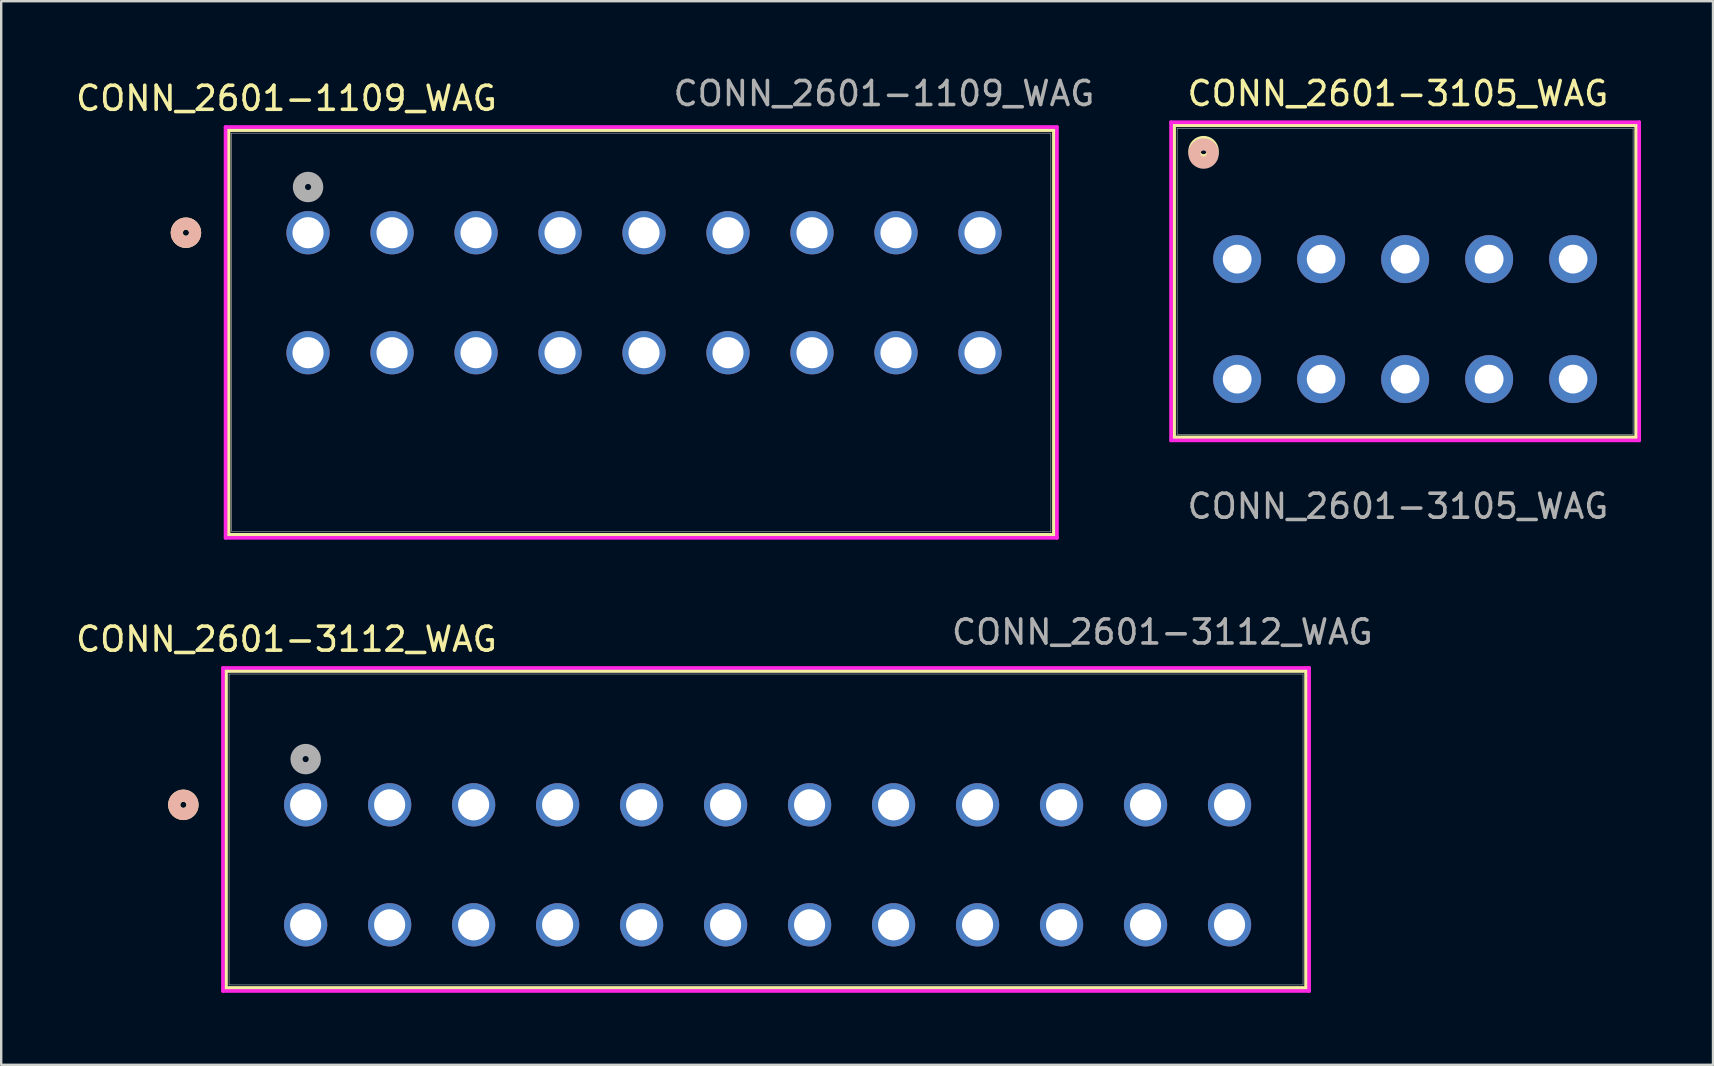
<source format=kicad_pcb>
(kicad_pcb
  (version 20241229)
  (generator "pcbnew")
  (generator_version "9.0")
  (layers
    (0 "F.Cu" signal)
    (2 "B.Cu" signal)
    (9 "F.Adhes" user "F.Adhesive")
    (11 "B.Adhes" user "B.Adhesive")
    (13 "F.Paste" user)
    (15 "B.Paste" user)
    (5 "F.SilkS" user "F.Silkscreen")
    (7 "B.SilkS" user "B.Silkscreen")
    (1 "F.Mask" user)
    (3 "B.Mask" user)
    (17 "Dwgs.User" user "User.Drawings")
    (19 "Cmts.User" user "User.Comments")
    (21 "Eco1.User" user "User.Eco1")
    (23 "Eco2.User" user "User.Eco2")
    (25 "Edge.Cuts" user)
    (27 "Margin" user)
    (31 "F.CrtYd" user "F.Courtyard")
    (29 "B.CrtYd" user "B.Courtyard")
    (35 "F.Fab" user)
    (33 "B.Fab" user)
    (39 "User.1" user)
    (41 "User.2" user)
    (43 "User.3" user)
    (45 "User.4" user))
  (footprint "CONN_2601-3112_WAG"
    (layer "F.Cu")
    (at 9.687 30.488)
    (property "Reference" "CONN_2601-3112_WAG" (at -0.8 -6.9 0) (unlocked yes) (layer "F.SilkS") (effects (font (size 1 1) (thickness 0.15))))
    (attr through_hole)
    (fp_line (start -3.319 -5.577) (end -3.319 7.631) (stroke (width 0.152) (type solid)) (layer "F.SilkS"))
    (fp_line (start -3.319 7.631) (end 41.689 7.631) (stroke (width 0.152) (type solid)) (layer "F.SilkS"))
    (fp_line (start 41.689 -5.577) (end -3.319 -5.577) (stroke (width 0.152) (type solid)) (layer "F.SilkS"))
    (fp_line (start 41.689 7.631) (end 41.689 -5.577) (stroke (width 0.152) (type solid)) (layer "F.SilkS"))
    (fp_circle (center -5.097 0) (end -4.716 0) (stroke (width 0.508) (type solid)) (fill no) (layer "F.SilkS"))
    (fp_circle (center -5.097 0) (end -4.716 0) (stroke (width 0.508) (type solid)) (fill no) (layer "B.SilkS"))
    (fp_line (start -3.446 -5.704) (end -3.446 7.758) (stroke (width 0.152) (type solid)) (layer "F.CrtYd"))
    (fp_line (start -3.446 7.758) (end 41.816 7.758) (stroke (width 0.152) (type solid)) (layer "F.CrtYd"))
    (fp_line (start 41.816 -5.704) (end -3.446 -5.704) (stroke (width 0.152) (type solid)) (layer "F.CrtYd"))
    (fp_line (start 41.816 7.758) (end 41.816 -5.704) (stroke (width 0.152) (type solid)) (layer "F.CrtYd"))
    (fp_line (start -3.192 -5.45) (end -3.192 7.504) (stroke (width 0.025) (type solid)) (layer "F.Fab"))
    (fp_line (start -3.192 7.504) (end 41.562 7.504) (stroke (width 0.025) (type solid)) (layer "F.Fab"))
    (fp_line (start 41.562 -5.45) (end -3.192 -5.45) (stroke (width 0.025) (type solid)) (layer "F.Fab"))
    (fp_line (start 41.562 7.504) (end 41.562 -5.45) (stroke (width 0.025) (type solid)) (layer "F.Fab"))
    (fp_circle (center 0 -1.905) (end 0.381 -1.905) (stroke (width 0.508) (type solid)) (fill no) (layer "F.Fab"))
    (fp_text user "${REFERENCE}" (at 35.7 -7.2 0) (unlocked yes) (layer "F.Fab") (effects (font (size 1 1) (thickness 0.15))))
    (pad "1_1" thru_hole circle (at 0.000001 0) (size 1.803 1.803) (drill 1.295) (layers "*.Cu" "*.Mask"))
    (pad "1_2" thru_hole circle (at 0.000001 5) (size 1.803 1.803) (drill 1.295) (layers "*.Cu" "*.Mask"))
    (pad "2_1" thru_hole circle (at 3.5 0) (size 1.803 1.803) (drill 1.295) (layers "*.Cu" "*.Mask"))
    (pad "2_2" thru_hole circle (at 3.5 5) (size 1.803 1.803) (drill 1.295) (layers "*.Cu" "*.Mask"))
    (pad "3_1" thru_hole circle (at 7 0) (size 1.803 1.803) (drill 1.295) (layers "*.Cu" "*.Mask"))
    (pad "3_2" thru_hole circle (at 7 5) (size 1.803 1.803) (drill 1.295) (layers "*.Cu" "*.Mask"))
    (pad "4_1" thru_hole circle (at 10.5 0) (size 1.803 1.803) (drill 1.295) (layers "*.Cu" "*.Mask"))
    (pad "4_2" thru_hole circle (at 10.5 5) (size 1.803 1.803) (drill 1.295) (layers "*.Cu" "*.Mask"))
    (pad "5_1" thru_hole circle (at 14 0) (size 1.803 1.803) (drill 1.295) (layers "*.Cu" "*.Mask"))
    (pad "5_2" thru_hole circle (at 14 5) (size 1.803 1.803) (drill 1.295) (layers "*.Cu" "*.Mask"))
    (pad "6_1" thru_hole circle (at 17.5 0) (size 1.803 1.803) (drill 1.295) (layers "*.Cu" "*.Mask"))
    (pad "6_2" thru_hole circle (at 17.5 5) (size 1.803 1.803) (drill 1.295) (layers "*.Cu" "*.Mask"))
    (pad "7_1" thru_hole circle (at 21 0) (size 1.803 1.803) (drill 1.295) (layers "*.Cu" "*.Mask"))
    (pad "7_2" thru_hole circle (at 21 5) (size 1.803 1.803) (drill 1.295) (layers "*.Cu" "*.Mask"))
    (pad "8_1" thru_hole circle (at 24.5 0) (size 1.803 1.803) (drill 1.295) (layers "*.Cu" "*.Mask"))
    (pad "8_2" thru_hole circle (at 24.5 5) (size 1.803 1.803) (drill 1.295) (layers "*.Cu" "*.Mask"))
    (pad "9_1" thru_hole circle (at 28 0) (size 1.803 1.803) (drill 1.295) (layers "*.Cu" "*.Mask"))
    (pad "9_2" thru_hole circle (at 28 5) (size 1.803 1.803) (drill 1.295) (layers "*.Cu" "*.Mask"))
    (pad "10_1" thru_hole circle (at 31.5 0) (size 1.803 1.803) (drill 1.295) (layers "*.Cu" "*.Mask"))
    (pad "10_2" thru_hole circle (at 31.5 5) (size 1.803 1.803) (drill 1.295) (layers "*.Cu" "*.Mask"))
    (pad "11_1" thru_hole circle (at 35 0) (size 1.803 1.803) (drill 1.295) (layers "*.Cu" "*.Mask"))
    (pad "11_2" thru_hole circle (at 35 5) (size 1.803 1.803) (drill 1.295) (layers "*.Cu" "*.Mask"))
    (pad "12_1" thru_hole circle (at 38.5 0) (size 1.803 1.803) (drill 1.295) (layers "*.Cu" "*.Mask"))
    (pad "12_2" thru_hole circle (at 38.5 5) (size 1.803 1.803) (drill 1.295) (layers "*.Cu" "*.Mask")))
  (footprint "CONN_2601-1109_WAG"
    (layer "F.Cu")
    (at 9.787 6.648)
    (property "Reference" "CONN_2601-1109_WAG" (at -0.9 -5.6 0) (unlocked yes) (layer "F.SilkS") (effects (font (size 1 1) (thickness 0.15))))
    (attr through_hole)
    (fp_line (start -3.311 -4.277) (end -3.311 12.589) (stroke (width 0.152) (type solid)) (layer "F.SilkS"))
    (fp_line (start -3.311 12.589) (end 31.081 12.589) (stroke (width 0.152) (type solid)) (layer "F.SilkS"))
    (fp_line (start 31.081 -4.277) (end -3.311 -4.277) (stroke (width 0.152) (type solid)) (layer "F.SilkS"))
    (fp_line (start 31.081 12.589) (end 31.081 -4.277) (stroke (width 0.152) (type solid)) (layer "F.SilkS"))
    (fp_circle (center -5.089 0) (end -4.708 0) (stroke (width 0.508) (type solid)) (fill no) (layer "F.SilkS"))
    (fp_circle (center -5.089 0) (end -4.708 0) (stroke (width 0.508) (type solid)) (fill no) (layer "B.SilkS"))
    (fp_line (start -3.438 -4.404) (end -3.438 12.716) (stroke (width 0.152) (type solid)) (layer "F.CrtYd"))
    (fp_line (start -3.438 12.716) (end 31.208 12.716) (stroke (width 0.152) (type solid)) (layer "F.CrtYd"))
    (fp_line (start 31.208 -4.404) (end -3.438 -4.404) (stroke (width 0.152) (type solid)) (layer "F.CrtYd"))
    (fp_line (start 31.208 12.716) (end 31.208 -4.404) (stroke (width 0.152) (type solid)) (layer "F.CrtYd"))
    (fp_line (start -3.184 -4.15) (end -3.184 12.462) (stroke (width 0.025) (type solid)) (layer "F.Fab"))
    (fp_line (start -3.184 12.462) (end 30.954 12.462) (stroke (width 0.025) (type solid)) (layer "F.Fab"))
    (fp_line (start 30.954 -4.15) (end -3.184 -4.15) (stroke (width 0.025) (type solid)) (layer "F.Fab"))
    (fp_line (start 30.954 12.462) (end 30.954 -4.15) (stroke (width 0.025) (type solid)) (layer "F.Fab"))
    (fp_circle (center 0 -1.905) (end 0.381 -1.905) (stroke (width 0.508) (type solid)) (fill no) (layer "F.Fab"))
    (fp_text user "${REFERENCE}" (at 24 -5.8 0) (unlocked yes) (layer "F.Fab") (effects (font (size 1 1) (thickness 0.15))))
    (pad "1_1" thru_hole circle (at -0.000002 0) (size 1.803 1.803) (drill 1.295) (layers "*.Cu" "*.Mask"))
    (pad "1_2" thru_hole circle (at -0.000002 5) (size 1.803 1.803) (drill 1.295) (layers "*.Cu" "*.Mask"))
    (pad "2_1" thru_hole circle (at 3.5 0) (size 1.803 1.803) (drill 1.295) (layers "*.Cu" "*.Mask"))
    (pad "2_2" thru_hole circle (at 3.5 5) (size 1.803 1.803) (drill 1.295) (layers "*.Cu" "*.Mask"))
    (pad "3_1" thru_hole circle (at 7 0) (size 1.803 1.803) (drill 1.295) (layers "*.Cu" "*.Mask"))
    (pad "3_2" thru_hole circle (at 7 5) (size 1.803 1.803) (drill 1.295) (layers "*.Cu" "*.Mask"))
    (pad "4_1" thru_hole circle (at 10.5 0) (size 1.803 1.803) (drill 1.295) (layers "*.Cu" "*.Mask"))
    (pad "4_2" thru_hole circle (at 10.5 5) (size 1.803 1.803) (drill 1.295) (layers "*.Cu" "*.Mask"))
    (pad "5_1" thru_hole circle (at 14 0) (size 1.803 1.803) (drill 1.295) (layers "*.Cu" "*.Mask"))
    (pad "5_2" thru_hole circle (at 14 5) (size 1.803 1.803) (drill 1.295) (layers "*.Cu" "*.Mask"))
    (pad "6_1" thru_hole circle (at 17.5 0) (size 1.803 1.803) (drill 1.295) (layers "*.Cu" "*.Mask"))
    (pad "6_2" thru_hole circle (at 17.5 5) (size 1.803 1.803) (drill 1.295) (layers "*.Cu" "*.Mask"))
    (pad "7_1" thru_hole circle (at 21 0) (size 1.803 1.803) (drill 1.295) (layers "*.Cu" "*.Mask"))
    (pad "7_2" thru_hole circle (at 21 5) (size 1.803 1.803) (drill 1.295) (layers "*.Cu" "*.Mask"))
    (pad "8_1" thru_hole circle (at 24.5 0) (size 1.803 1.803) (drill 1.295) (layers "*.Cu" "*.Mask"))
    (pad "8_2" thru_hole circle (at 24.5 5) (size 1.803 1.803) (drill 1.295) (layers "*.Cu" "*.Mask"))
    (pad "9_1" thru_hole circle (at 28 0) (size 1.803 1.803) (drill 1.295) (layers "*.Cu" "*.Mask"))
    (pad "9_2" thru_hole circle (at 28 5) (size 1.803 1.803) (drill 1.295) (layers "*.Cu" "*.Mask")))
  (footprint "CONN_2601-3105_WAG"
    (layer "F.Cu")
    (at 55.204 10.248)
    (property "Reference" "CONN_2601-3105_WAG" (at -0.000001 -9.4 0) (unlocked yes) (layer "F.SilkS") (effects (font (size 1 1) (thickness 0.15))))
    (attr through_hole)
    (fp_line (start -9.327 -8.078) (end -9.327 4.927) (stroke (width 0.152) (type solid)) (layer "F.SilkS"))
    (fp_line (start -9.327 4.927) (end 9.927 4.927) (stroke (width 0.152) (type solid)) (layer "F.SilkS"))
    (fp_line (start 9.927 -8.078) (end -9.327 -8.078) (stroke (width 0.152) (type solid)) (layer "F.SilkS"))
    (fp_line (start 9.927 4.927) (end 9.927 -8.078) (stroke (width 0.152) (type solid)) (layer "F.SilkS"))
    (fp_circle (center -8.1 -7) (end -7.719 -7) (stroke (width 0.508) (type solid)) (fill no) (layer "F.SilkS"))
    (fp_circle (center -8.1 -6.9) (end -7.719 -6.9) (stroke (width 0.508) (type solid)) (fill no) (layer "B.SilkS"))
    (fp_line (start -9.454 -8.205) (end -9.454 5.054) (stroke (width 0.152) (type solid)) (layer "F.CrtYd"))
    (fp_line (start -9.454 5.054) (end 10.054 5.054) (stroke (width 0.152) (type solid)) (layer "F.CrtYd"))
    (fp_line (start 10.054 -8.205) (end -9.454 -8.205) (stroke (width 0.152) (type solid)) (layer "F.CrtYd"))
    (fp_line (start 10.054 5.054) (end 10.054 -8.205) (stroke (width 0.152) (type solid)) (layer "F.CrtYd"))
    (fp_line (start -9.2 -7.951) (end -9.2 4.8) (stroke (width 0.025) (type solid)) (layer "F.Fab"))
    (fp_line (start -9.2 4.8) (end 9.8 4.8) (stroke (width 0.025) (type solid)) (layer "F.Fab"))
    (fp_line (start 9.8 -7.951) (end -9.2 -7.951) (stroke (width 0.025) (type solid)) (layer "F.Fab"))
    (fp_line (start 9.8 4.8) (end 9.8 -7.951) (stroke (width 0.025) (type solid)) (layer "F.Fab"))
    (fp_text user "${REFERENCE}" (at -0.000001 7.8 0) (unlocked yes) (layer "F.Fab") (effects (font (size 1 1) (thickness 0.15))))
    (pad "1" thru_hole circle (at -6.7 -2.5) (size 2 2) (drill 1.2) (layers "*.Cu" "*.Mask"))
    (pad "2" thru_hole circle (at -6.7 2.5) (size 2 2) (drill 1.2) (layers "*.Cu" "*.Mask"))
    (pad "3" thru_hole circle (at -3.2 -2.5) (size 2 2) (drill 1.2) (layers "*.Cu" "*.Mask"))
    (pad "4" thru_hole circle (at -3.2 2.5) (size 2 2) (drill 1.2) (layers "*.Cu" "*.Mask"))
    (pad "5" thru_hole circle (at 0.3 -2.5) (size 2 2) (drill 1.2) (layers "*.Cu" "*.Mask"))
    (pad "6" thru_hole circle (at 0.3 2.5) (size 2 2) (drill 1.2) (layers "*.Cu" "*.Mask"))
    (pad "7" thru_hole circle (at 3.8 -2.5) (size 2 2) (drill 1.2) (layers "*.Cu" "*.Mask"))
    (pad "8" thru_hole circle (at 3.8 2.5) (size 2 2) (drill 1.2) (layers "*.Cu" "*.Mask"))
    (pad "9" thru_hole circle (at 7.3 -2.5) (size 2 2) (drill 1.2) (layers "*.Cu" "*.Mask"))
    (pad "10" thru_hole circle (at 7.3 2.5) (size 2 2) (drill 1.2) (layers "*.Cu" "*.Mask")))
  (gr_rect
    (start -3 -3)
    (end 68.333 41.323)
    (stroke (width 0.1) (type default))
    (fill no)
    (layer "Edge.Cuts")))
</source>
